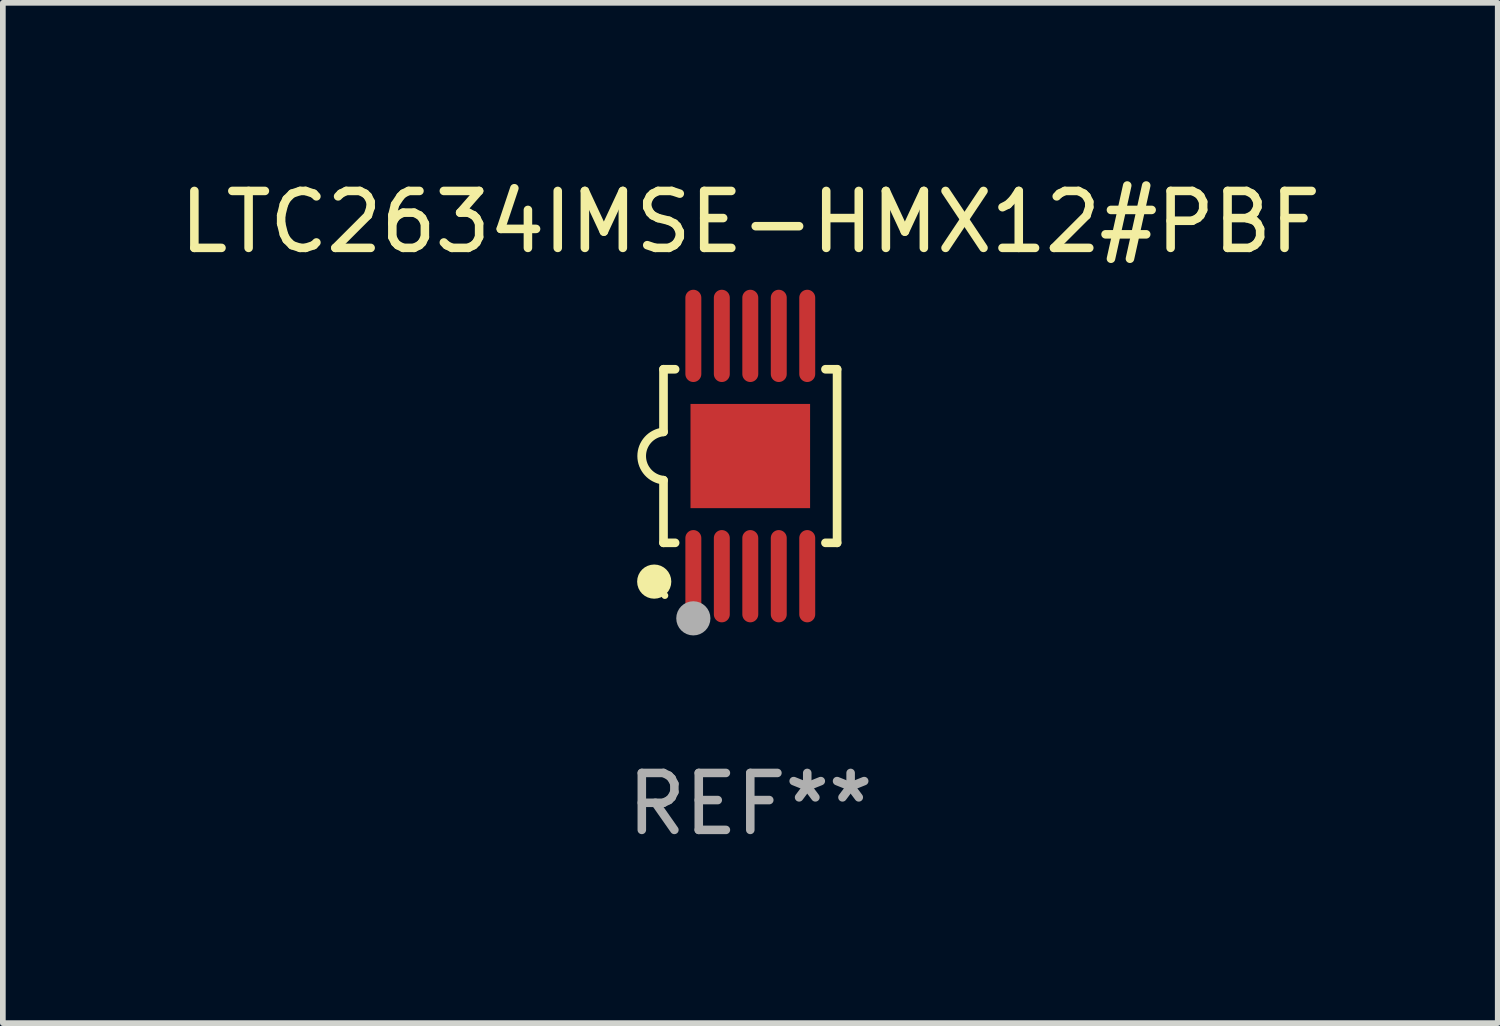
<source format=kicad_pcb>
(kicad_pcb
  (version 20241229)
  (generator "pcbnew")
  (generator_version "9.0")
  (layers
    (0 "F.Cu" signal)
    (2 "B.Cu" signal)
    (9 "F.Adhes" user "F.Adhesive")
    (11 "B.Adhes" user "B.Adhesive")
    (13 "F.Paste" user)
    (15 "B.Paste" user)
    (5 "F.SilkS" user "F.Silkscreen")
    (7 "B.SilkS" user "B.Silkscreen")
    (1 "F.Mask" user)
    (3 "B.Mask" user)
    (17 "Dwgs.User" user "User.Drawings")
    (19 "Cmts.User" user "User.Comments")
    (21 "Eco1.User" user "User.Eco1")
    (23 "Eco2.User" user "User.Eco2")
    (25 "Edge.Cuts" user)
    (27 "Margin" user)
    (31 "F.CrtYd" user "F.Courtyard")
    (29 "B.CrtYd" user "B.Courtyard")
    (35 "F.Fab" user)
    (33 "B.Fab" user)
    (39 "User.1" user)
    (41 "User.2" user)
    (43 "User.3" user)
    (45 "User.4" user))
  (footprint "LTC2634IMSE-HMX12#PBF"
    (layer "F.Cu")
    (at 10.125 4.958)
    (property "Reference" "LTC2634IMSE-HMX12#PBF" (at 0 -4.11 0) (layer "F.SilkS") (effects (font (size 1 1) (thickness 0.15))))
    (attr through_hole)
    (fp_line (start -1.524 -1.524) (end -1.524 -0.424) (stroke (width 0.152) (type solid)) (layer "F.SilkS"))
    (fp_line (start -1.524 1.524) (end -1.524 0.424) (stroke (width 0.152) (type solid)) (layer "F.SilkS"))
    (fp_line (start -1.524 1.524) (end -1.32 1.524) (stroke (width 0.152) (type solid)) (layer "F.SilkS"))
    (fp_line (start -1.32 -1.524) (end -1.524 -1.524) (stroke (width 0.152) (type solid)) (layer "F.SilkS"))
    (fp_line (start 1.32 1.524) (end 1.524 1.524) (stroke (width 0.152) (type solid)) (layer "F.SilkS"))
    (fp_line (start 1.524 -1.524) (end 1.32 -1.524) (stroke (width 0.152) (type solid)) (layer "F.SilkS"))
    (fp_line (start 1.524 1.524) (end 1.524 -1.524) (stroke (width 0.152) (type solid)) (layer "F.SilkS"))
    (fp_arc (start -1.524003 0.424003) (mid -1.906663 -0.000089) (end -1.524004 -0.424181) (stroke (width 0.151994) (type solid)) (layer "F.SilkS"))
    (fp_circle (center -1.687 2.205) (end -1.537 2.205) (stroke (width 0.3) (type solid)) (fill no) (layer "F.SilkS"))
    (fp_circle (center -1.5 2.45) (end -1.47 2.45) (stroke (width 0.06) (type solid)) (fill no) (layer "F.SilkS"))
    (fp_circle (center -1 2.85) (end -0.85 2.85) (stroke (width 0.3) (type solid)) (fill no) (layer "F.Fab"))
    (fp_text user "REF**" (at 0 6.11 0) (layer "F.Fab") (effects (font (size 1 1) (thickness 0.15))))
    (pad "1" smd oval (at -1 2.11) (size 0.28 1.62) (layers "F.Cu" "F.Mask" "F.Paste"))
    (pad "2" smd oval (at -0.5 2.11) (size 0.28 1.62) (layers "F.Cu" "F.Mask" "F.Paste"))
    (pad "3" smd oval (at 0 2.11) (size 0.28 1.62) (layers "F.Cu" "F.Mask" "F.Paste"))
    (pad "4" smd oval (at 0.5 2.11) (size 0.28 1.62) (layers "F.Cu" "F.Mask" "F.Paste"))
    (pad "5" smd oval (at 1 2.11) (size 0.28 1.62) (layers "F.Cu" "F.Mask" "F.Paste"))
    (pad "6" smd oval (at 1 -2.11) (size 0.28 1.62) (layers "F.Cu" "F.Mask" "F.Paste"))
    (pad "7" smd oval (at 0.5 -2.11) (size 0.28 1.62) (layers "F.Cu" "F.Mask" "F.Paste"))
    (pad "8" smd oval (at 0 -2.11) (size 0.28 1.62) (layers "F.Cu" "F.Mask" "F.Paste"))
    (pad "9" smd oval (at -0.5 -2.11) (size 0.28 1.62) (layers "F.Cu" "F.Mask" "F.Paste"))
    (pad "10" smd oval (at -1 -2.11) (size 0.28 1.62) (layers "F.Cu" "F.Mask" "F.Paste"))
    (pad "11" smd rect (at 0 0) (size 2.1 1.83) (layers "F.Cu" "F.Mask" "F.Paste")))
  (gr_rect
    (start -3 -3)
    (end 23.25 14.916)
    (stroke (width 0.1) (type default))
    (fill no)
    (layer "Edge.Cuts")))
</source>
